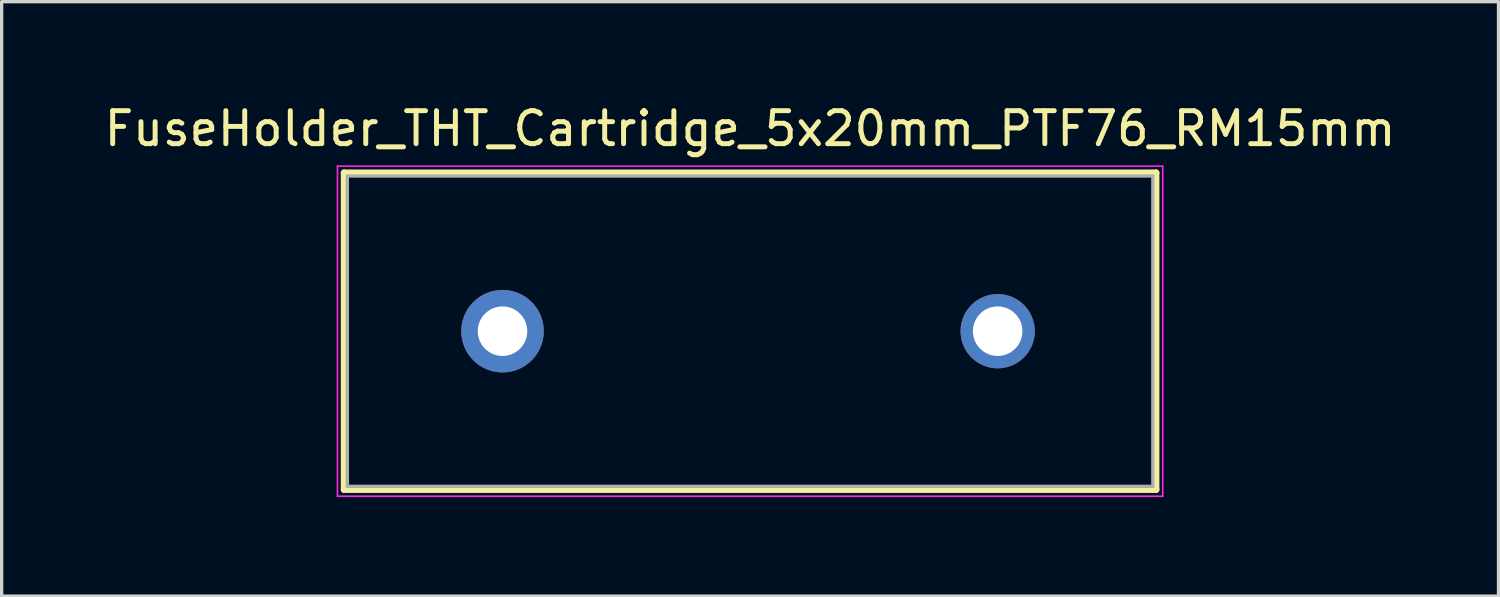
<source format=kicad_pcb>
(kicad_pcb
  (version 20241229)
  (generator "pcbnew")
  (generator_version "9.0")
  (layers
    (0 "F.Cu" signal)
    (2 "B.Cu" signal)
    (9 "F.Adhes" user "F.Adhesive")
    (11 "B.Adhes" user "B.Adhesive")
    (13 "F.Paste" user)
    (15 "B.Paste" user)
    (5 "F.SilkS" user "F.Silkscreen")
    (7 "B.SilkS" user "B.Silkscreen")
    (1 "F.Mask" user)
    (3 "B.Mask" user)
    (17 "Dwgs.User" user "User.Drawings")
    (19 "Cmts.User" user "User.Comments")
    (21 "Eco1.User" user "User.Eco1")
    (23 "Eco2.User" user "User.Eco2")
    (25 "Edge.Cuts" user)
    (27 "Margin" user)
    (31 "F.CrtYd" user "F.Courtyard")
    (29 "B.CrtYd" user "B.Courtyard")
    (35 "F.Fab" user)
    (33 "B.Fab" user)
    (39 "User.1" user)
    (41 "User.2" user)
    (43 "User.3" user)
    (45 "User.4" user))
  (footprint "FuseHolder_THT_Cartridge_5x20mm_PTF76_RM15mm"
    (layer "F.Cu")
    (at 19.673 6.983)
    (property "Reference" "FuseHolder_THT_Cartridge_5x20mm_PTF76_RM15mm" (at 0 -6.135 0) (layer "F.SilkS") (effects (font (size 1 1) (thickness 0.15))))
    (attr through_hole)
    (fp_line (start -12.3 -4.8) (end 12.3 -4.8) (stroke (width 0.2) (type solid)) (layer "F.SilkS"))
    (fp_line (start -12.3 4.8) (end -12.3 -4.8) (stroke (width 0.2) (type solid)) (layer "F.SilkS"))
    (fp_line (start 12.3 -4.8) (end 12.3 4.8) (stroke (width 0.2) (type solid)) (layer "F.SilkS"))
    (fp_line (start 12.3 4.8) (end -12.3 4.8) (stroke (width 0.2) (type solid)) (layer "F.SilkS"))
    (fp_line (start -12.5 -5) (end 12.5 -5) (stroke (width 0.05) (type solid)) (layer "F.CrtYd"))
    (fp_line (start -12.5 5) (end -12.5 -5) (stroke (width 0.05) (type default)) (layer "F.CrtYd"))
    (fp_line (start 12.5 -5) (end 12.5 5) (stroke (width 0.05) (type default)) (layer "F.CrtYd"))
    (fp_line (start 12.5 5) (end -12.5 5) (stroke (width 0.05) (type default)) (layer "F.CrtYd"))
    (fp_line (start -12.2 -4.7) (end 12.2 -4.7) (stroke (width 0.1) (type solid)) (layer "F.Fab"))
    (fp_line (start -12.2 4.7) (end -12.2 -4.7) (stroke (width 0.1) (type solid)) (layer "F.Fab"))
    (fp_line (start 12.2 -4.7) (end 12.2 4.7) (stroke (width 0.1) (type solid)) (layer "F.Fab"))
    (fp_line (start 12.2 4.7) (end -12.2 4.7) (stroke (width 0.1) (type solid)) (layer "F.Fab"))
    (pad "1" thru_hole circle (at -7.5 0) (size 2.5 2.5) (drill 1.5) (layers "*.Cu" "*.Mask"))
    (pad "2" thru_hole circle (at 7.5 0) (size 2.25 2.25) (drill 1.5) (layers "*.Cu" "*.Mask")))
  (gr_rect
    (start -3 -3)
    (end 42.345 15.008)
    (stroke (width 0.1) (type default))
    (fill no)
    (layer "Edge.Cuts")))
</source>
